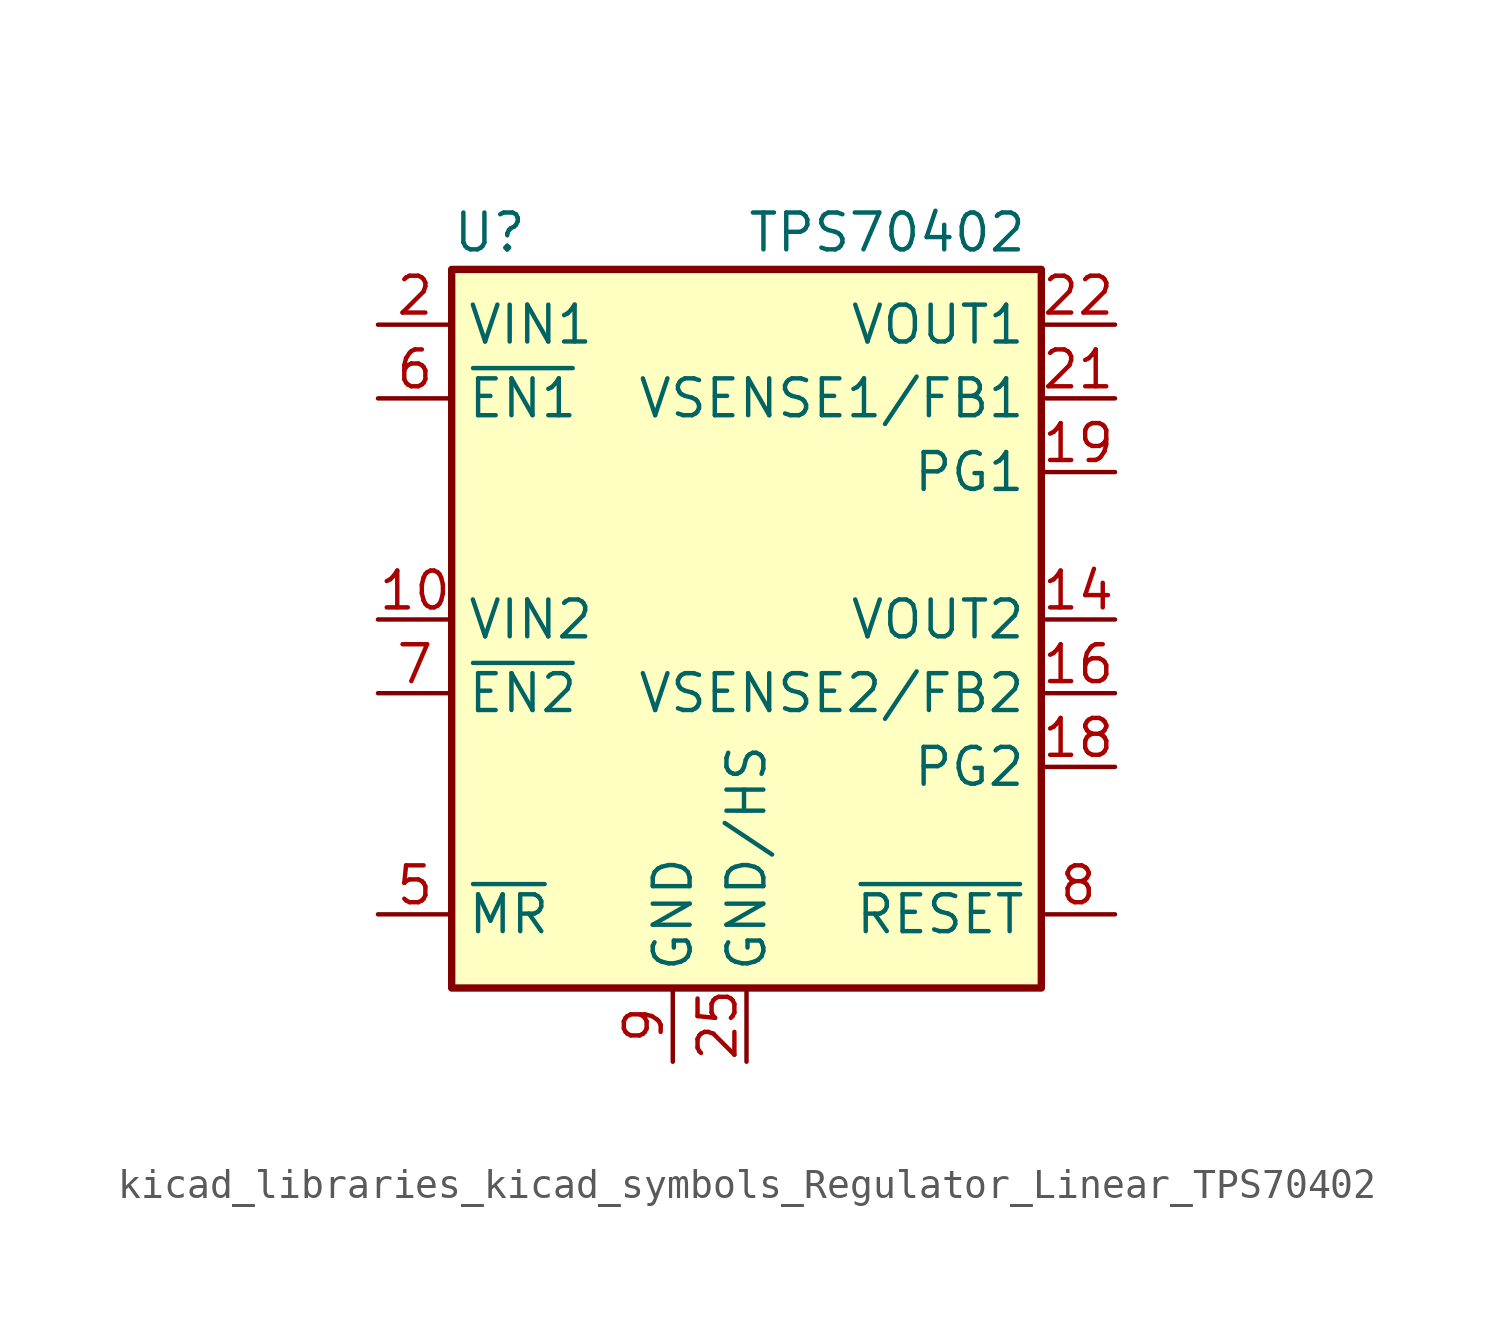
<source format=kicad_sym>
(kicad_symbol_lib
  (version 20220914)
  (generator kicad_symbol_editor)
  (symbol "kicad_libraries_kicad_symbols_Regulator_Linear_TPS70402"
    (property "Reference" "U"
      (at -10.16 13.335 0)
      (effects (font (size 1.27 1.27)) (justify left)))
    (property "Value" "TPS70402"
      (at 0 13.335 0)
      (effects (font (size 1.27 1.27)) (justify left)))
    (symbol "kicad_libraries_kicad_symbols_Regulator_Linear_TPS70402_0_1"
      (rectangle (start -10.16 12.065) (end 10.16 -12.7) (stroke (width 0.254) (type default)) (fill (type background))))
    (symbol "kicad_libraries_kicad_symbols_Regulator_Linear_TPS70402_1_1"
      (pin passive line (at 0 -15.24 90) (length 2.54) hide (name "GND/HS" (effects (font (size 1.27 1.27)))) (number "1" (effects (font (size 1.27 1.27)))))
      (pin power_in line (at -12.7 0 0) (length 2.54) (name "VIN2" (effects (font (size 1.27 1.27)))) (number "10" (effects (font (size 1.27 1.27)))))
      (pin passive line (at -12.7 0 0) (length 2.54) hide (name "VIN2" (effects (font (size 1.27 1.27)))) (number "11" (effects (font (size 1.27 1.27)))))
      (pin passive line (at 0 -15.24 90) (length 2.54) hide (name "GND/HS" (effects (font (size 1.27 1.27)))) (number "12" (effects (font (size 1.27 1.27)))))
      (pin passive line (at 0 -15.24 90) (length 2.54) hide (name "GND/HS" (effects (font (size 1.27 1.27)))) (number "13" (effects (font (size 1.27 1.27)))))
      (pin power_out line (at 12.7 0 180) (length 2.54) (name "VOUT2" (effects (font (size 1.27 1.27)))) (number "14" (effects (font (size 1.27 1.27)))))
      (pin passive line (at 12.7 0 180) (length 2.54) hide (name "VOUT2" (effects (font (size 1.27 1.27)))) (number "15" (effects (font (size 1.27 1.27)))))
      (pin input line (at 12.7 -2.54 180) (length 2.54) (name "VSENSE2/FB2" (effects (font (size 1.27 1.27)))) (number "16" (effects (font (size 1.27 1.27)))))
      (pin no_connect line (at -10.16 2.54 0) (length 2.54) hide (name "NC" (effects (font (size 1.27 1.27)))) (number "17" (effects (font (size 1.27 1.27)))))
      (pin open_collector line (at 12.7 -5.08 180) (length 2.54) (name "PG2" (effects (font (size 1.27 1.27)))) (number "18" (effects (font (size 1.27 1.27)))))
      (pin open_collector line (at 12.7 5.08 180) (length 2.54) (name "PG1" (effects (font (size 1.27 1.27)))) (number "19" (effects (font (size 1.27 1.27)))))
      (pin power_in line (at -12.7 10.16 0) (length 2.54) (name "VIN1" (effects (font (size 1.27 1.27)))) (number "2" (effects (font (size 1.27 1.27)))))
      (pin no_connect line (at -10.16 -5.08 0) (length 2.54) hide (name "NC" (effects (font (size 1.27 1.27)))) (number "20" (effects (font (size 1.27 1.27)))))
      (pin input line (at 12.7 7.62 180) (length 2.54) (name "VSENSE1/FB1" (effects (font (size 1.27 1.27)))) (number "21" (effects (font (size 1.27 1.27)))))
      (pin power_out line (at 12.7 10.16 180) (length 2.54) (name "VOUT1" (effects (font (size 1.27 1.27)))) (number "22" (effects (font (size 1.27 1.27)))))
      (pin passive line (at 12.7 10.16 180) (length 2.54) hide (name "VOUT1" (effects (font (size 1.27 1.27)))) (number "23" (effects (font (size 1.27 1.27)))))
      (pin passive line (at 0 -15.24 90) (length 2.54) hide (name "GND/HS" (effects (font (size 1.27 1.27)))) (number "24" (effects (font (size 1.27 1.27)))))
      (pin power_in line (at 0 -15.24 90) (length 2.54) (name "GND/HS" (effects (font (size 1.27 1.27)))) (number "25" (effects (font (size 1.27 1.27)))))
      (pin passive line (at -12.7 10.16 0) (length 2.54) hide (name "VIN1" (effects (font (size 1.27 1.27)))) (number "3" (effects (font (size 1.27 1.27)))))
      (pin no_connect line (at -10.16 5.08 0) (length 2.54) hide (name "NC" (effects (font (size 1.27 1.27)))) (number "4" (effects (font (size 1.27 1.27)))))
      (pin input line (at -12.7 -10.16 0) (length 2.54) (name "~{MR}" (effects (font (size 1.27 1.27)))) (number "5" (effects (font (size 1.27 1.27)))))
      (pin input line (at -12.7 7.62 0) (length 2.54) (name "~{EN1}" (effects (font (size 1.27 1.27)))) (number "6" (effects (font (size 1.27 1.27)))))
      (pin input line (at -12.7 -2.54 0) (length 2.54) (name "~{EN2}" (effects (font (size 1.27 1.27)))) (number "7" (effects (font (size 1.27 1.27)))))
      (pin open_collector line (at 12.7 -10.16 180) (length 2.54) (name "~{RESET}" (effects (font (size 1.27 1.27)))) (number "8" (effects (font (size 1.27 1.27)))))
      (pin power_in line (at -2.54 -15.24 90) (length 2.54) (name "GND" (effects (font (size 1.27 1.27)))) (number "9" (effects (font (size 1.27 1.27))))))))
</source>
